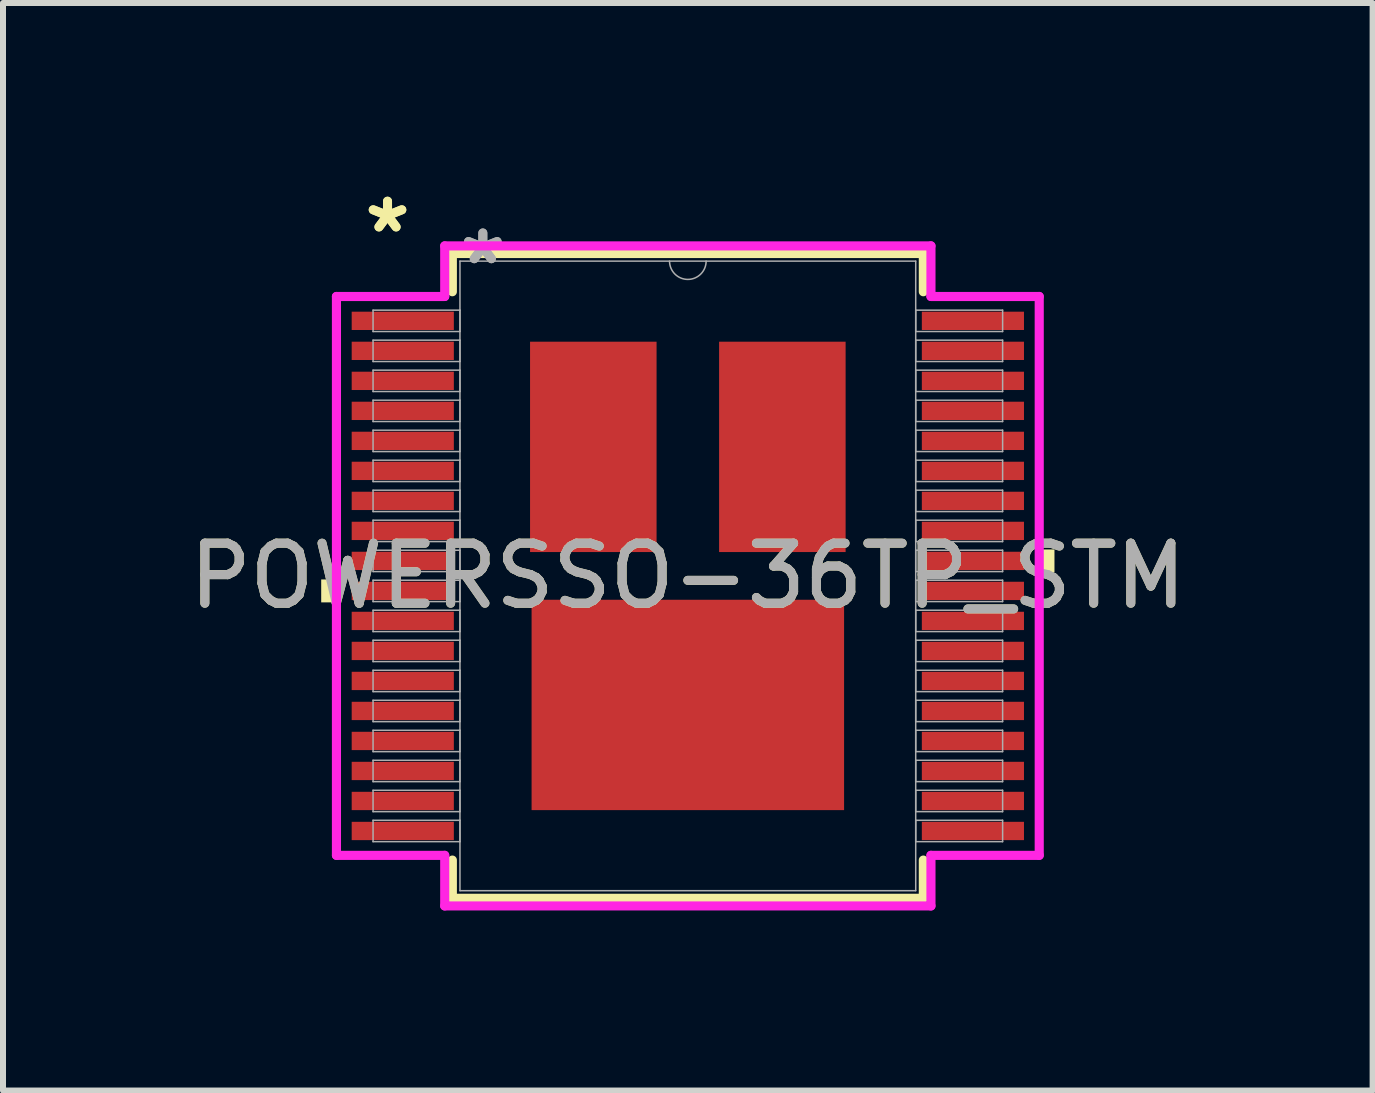
<source format=kicad_pcb>
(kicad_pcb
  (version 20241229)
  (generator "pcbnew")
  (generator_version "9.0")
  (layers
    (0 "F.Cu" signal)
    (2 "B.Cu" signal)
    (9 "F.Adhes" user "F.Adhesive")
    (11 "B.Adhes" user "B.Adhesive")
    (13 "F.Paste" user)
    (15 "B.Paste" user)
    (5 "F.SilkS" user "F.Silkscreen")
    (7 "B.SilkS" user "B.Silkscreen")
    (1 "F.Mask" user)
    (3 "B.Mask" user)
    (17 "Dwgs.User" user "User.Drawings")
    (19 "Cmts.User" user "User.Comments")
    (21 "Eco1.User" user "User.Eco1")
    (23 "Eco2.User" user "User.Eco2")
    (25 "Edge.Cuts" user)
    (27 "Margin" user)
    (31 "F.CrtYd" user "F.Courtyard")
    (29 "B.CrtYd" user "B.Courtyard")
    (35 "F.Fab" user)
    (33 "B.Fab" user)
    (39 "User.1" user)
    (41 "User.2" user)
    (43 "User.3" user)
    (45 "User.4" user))
  (footprint "POWERSSO-36TP_STM"
    (layer "F.Cu")
    (at 8.411 6.546)
    (property "Reference" "POWERSSO-36TP_STM" (at 0 0 0) (unlocked yes) (layer "F.SilkS") (effects (font (size 1 1) (thickness 0.15))))
    (attr smd)
    (fp_line (start -3.924 -5.372) (end -3.924 -4.735) (stroke (width 0.152) (type solid)) (layer "F.SilkS"))
    (fp_line (start -3.924 4.735) (end -3.924 5.372) (stroke (width 0.152) (type solid)) (layer "F.SilkS"))
    (fp_line (start -3.924 5.372) (end 3.924 5.372) (stroke (width 0.152) (type solid)) (layer "F.SilkS"))
    (fp_line (start 3.924 -5.372) (end -3.924 -5.372) (stroke (width 0.152) (type solid)) (layer "F.SilkS"))
    (fp_line (start 3.924 -4.735) (end 3.924 -5.372) (stroke (width 0.152) (type solid)) (layer "F.SilkS"))
    (fp_line (start 3.924 5.372) (end 3.924 4.735) (stroke (width 0.152) (type solid)) (layer "F.SilkS"))
    (fp_poly (pts (xy -6.109 0.059) (xy -6.109 0.441) (xy -5.855 0.441) (xy -5.855 0.059)) (stroke (width 0) (type solid)) (fill yes) (layer "F.SilkS"))
    (fp_poly (pts (xy 6.109 -0.441) (xy 6.109 -0.059) (xy 5.855 -0.059) (xy 5.855 -0.441)) (stroke (width 0) (type solid)) (fill yes) (layer "F.SilkS"))
    (fp_line (start -5.855 -4.656) (end -4.051 -4.656) (stroke (width 0.152) (type solid)) (layer "F.CrtYd"))
    (fp_line (start -5.855 4.656) (end -5.855 -4.656) (stroke (width 0.152) (type solid)) (layer "F.CrtYd"))
    (fp_line (start -5.855 4.656) (end -4.051 4.656) (stroke (width 0.152) (type solid)) (layer "F.CrtYd"))
    (fp_line (start -4.051 -5.499) (end 4.051 -5.499) (stroke (width 0.152) (type solid)) (layer "F.CrtYd"))
    (fp_line (start -4.051 -4.656) (end -4.051 -5.499) (stroke (width 0.152) (type solid)) (layer "F.CrtYd"))
    (fp_line (start -4.051 5.499) (end -4.051 4.656) (stroke (width 0.152) (type solid)) (layer "F.CrtYd"))
    (fp_line (start 4.051 -5.499) (end 4.051 -4.656) (stroke (width 0.152) (type solid)) (layer "F.CrtYd"))
    (fp_line (start 4.051 4.656) (end 4.051 5.499) (stroke (width 0.152) (type solid)) (layer "F.CrtYd"))
    (fp_line (start 4.051 5.499) (end -4.051 5.499) (stroke (width 0.152) (type solid)) (layer "F.CrtYd"))
    (fp_line (start 5.855 -4.656) (end 4.051 -4.656) (stroke (width 0.152) (type solid)) (layer "F.CrtYd"))
    (fp_line (start 5.855 -4.656) (end 5.855 4.656) (stroke (width 0.152) (type solid)) (layer "F.CrtYd"))
    (fp_line (start 5.855 4.656) (end 4.051 4.656) (stroke (width 0.152) (type solid)) (layer "F.CrtYd"))
    (fp_line (start -5.245 -4.428) (end -5.245 -4.072) (stroke (width 0.025) (type solid)) (layer "F.Fab"))
    (fp_line (start -5.245 -4.072) (end -3.797 -4.072) (stroke (width 0.025) (type solid)) (layer "F.Fab"))
    (fp_line (start -5.245 -3.928) (end -5.245 -3.572) (stroke (width 0.025) (type solid)) (layer "F.Fab"))
    (fp_line (start -5.245 -3.572) (end -3.797 -3.572) (stroke (width 0.025) (type solid)) (layer "F.Fab"))
    (fp_line (start -5.245 -3.428) (end -5.245 -3.072) (stroke (width 0.025) (type solid)) (layer "F.Fab"))
    (fp_line (start -5.245 -3.072) (end -3.797 -3.072) (stroke (width 0.025) (type solid)) (layer "F.Fab"))
    (fp_line (start -5.245 -2.928) (end -5.245 -2.572) (stroke (width 0.025) (type solid)) (layer "F.Fab"))
    (fp_line (start -5.245 -2.572) (end -3.797 -2.572) (stroke (width 0.025) (type solid)) (layer "F.Fab"))
    (fp_line (start -5.245 -2.428) (end -5.245 -2.072) (stroke (width 0.025) (type solid)) (layer "F.Fab"))
    (fp_line (start -5.245 -2.072) (end -3.797 -2.072) (stroke (width 0.025) (type solid)) (layer "F.Fab"))
    (fp_line (start -5.245 -1.928) (end -5.245 -1.572) (stroke (width 0.025) (type solid)) (layer "F.Fab"))
    (fp_line (start -5.245 -1.572) (end -3.797 -1.572) (stroke (width 0.025) (type solid)) (layer "F.Fab"))
    (fp_line (start -5.245 -1.428) (end -5.245 -1.072) (stroke (width 0.025) (type solid)) (layer "F.Fab"))
    (fp_line (start -5.245 -1.072) (end -3.797 -1.072) (stroke (width 0.025) (type solid)) (layer "F.Fab"))
    (fp_line (start -5.245 -0.928) (end -5.245 -0.572) (stroke (width 0.025) (type solid)) (layer "F.Fab"))
    (fp_line (start -5.245 -0.572) (end -3.797 -0.572) (stroke (width 0.025) (type solid)) (layer "F.Fab"))
    (fp_line (start -5.245 -0.428) (end -5.245 -0.072) (stroke (width 0.025) (type solid)) (layer "F.Fab"))
    (fp_line (start -5.245 -0.072) (end -3.797 -0.072) (stroke (width 0.025) (type solid)) (layer "F.Fab"))
    (fp_line (start -5.245 0.072) (end -5.245 0.428) (stroke (width 0.025) (type solid)) (layer "F.Fab"))
    (fp_line (start -5.245 0.428) (end -3.797 0.428) (stroke (width 0.025) (type solid)) (layer "F.Fab"))
    (fp_line (start -5.245 0.572) (end -5.245 0.928) (stroke (width 0.025) (type solid)) (layer "F.Fab"))
    (fp_line (start -5.245 0.928) (end -3.797 0.928) (stroke (width 0.025) (type solid)) (layer "F.Fab"))
    (fp_line (start -5.245 1.072) (end -5.245 1.428) (stroke (width 0.025) (type solid)) (layer "F.Fab"))
    (fp_line (start -5.245 1.428) (end -3.797 1.428) (stroke (width 0.025) (type solid)) (layer "F.Fab"))
    (fp_line (start -5.245 1.572) (end -5.245 1.928) (stroke (width 0.025) (type solid)) (layer "F.Fab"))
    (fp_line (start -5.245 1.928) (end -3.797 1.928) (stroke (width 0.025) (type solid)) (layer "F.Fab"))
    (fp_line (start -5.245 2.072) (end -5.245 2.428) (stroke (width 0.025) (type solid)) (layer "F.Fab"))
    (fp_line (start -5.245 2.428) (end -3.797 2.428) (stroke (width 0.025) (type solid)) (layer "F.Fab"))
    (fp_line (start -5.245 2.572) (end -5.245 2.928) (stroke (width 0.025) (type solid)) (layer "F.Fab"))
    (fp_line (start -5.245 2.928) (end -3.797 2.928) (stroke (width 0.025) (type solid)) (layer "F.Fab"))
    (fp_line (start -5.245 3.072) (end -5.245 3.428) (stroke (width 0.025) (type solid)) (layer "F.Fab"))
    (fp_line (start -5.245 3.428) (end -3.797 3.428) (stroke (width 0.025) (type solid)) (layer "F.Fab"))
    (fp_line (start -5.245 3.572) (end -5.245 3.928) (stroke (width 0.025) (type solid)) (layer "F.Fab"))
    (fp_line (start -5.245 3.928) (end -3.797 3.928) (stroke (width 0.025) (type solid)) (layer "F.Fab"))
    (fp_line (start -5.245 4.072) (end -5.245 4.428) (stroke (width 0.025) (type solid)) (layer "F.Fab"))
    (fp_line (start -5.245 4.428) (end -3.797 4.428) (stroke (width 0.025) (type solid)) (layer "F.Fab"))
    (fp_line (start -3.797 -5.245) (end -3.797 5.245) (stroke (width 0.025) (type solid)) (layer "F.Fab"))
    (fp_line (start -3.797 -4.428) (end -5.245 -4.428) (stroke (width 0.025) (type solid)) (layer "F.Fab"))
    (fp_line (start -3.797 -4.072) (end -3.797 -4.428) (stroke (width 0.025) (type solid)) (layer "F.Fab"))
    (fp_line (start -3.797 -3.928) (end -5.245 -3.928) (stroke (width 0.025) (type solid)) (layer "F.Fab"))
    (fp_line (start -3.797 -3.572) (end -3.797 -3.928) (stroke (width 0.025) (type solid)) (layer "F.Fab"))
    (fp_line (start -3.797 -3.428) (end -5.245 -3.428) (stroke (width 0.025) (type solid)) (layer "F.Fab"))
    (fp_line (start -3.797 -3.072) (end -3.797 -3.428) (stroke (width 0.025) (type solid)) (layer "F.Fab"))
    (fp_line (start -3.797 -2.928) (end -5.245 -2.928) (stroke (width 0.025) (type solid)) (layer "F.Fab"))
    (fp_line (start -3.797 -2.572) (end -3.797 -2.928) (stroke (width 0.025) (type solid)) (layer "F.Fab"))
    (fp_line (start -3.797 -2.428) (end -5.245 -2.428) (stroke (width 0.025) (type solid)) (layer "F.Fab"))
    (fp_line (start -3.797 -2.072) (end -3.797 -2.428) (stroke (width 0.025) (type solid)) (layer "F.Fab"))
    (fp_line (start -3.797 -1.928) (end -5.245 -1.928) (stroke (width 0.025) (type solid)) (layer "F.Fab"))
    (fp_line (start -3.797 -1.572) (end -3.797 -1.928) (stroke (width 0.025) (type solid)) (layer "F.Fab"))
    (fp_line (start -3.797 -1.428) (end -5.245 -1.428) (stroke (width 0.025) (type solid)) (layer "F.Fab"))
    (fp_line (start -3.797 -1.072) (end -3.797 -1.428) (stroke (width 0.025) (type solid)) (layer "F.Fab"))
    (fp_line (start -3.797 -0.928) (end -5.245 -0.928) (stroke (width 0.025) (type solid)) (layer "F.Fab"))
    (fp_line (start -3.797 -0.572) (end -3.797 -0.928) (stroke (width 0.025) (type solid)) (layer "F.Fab"))
    (fp_line (start -3.797 -0.428) (end -5.245 -0.428) (stroke (width 0.025) (type solid)) (layer "F.Fab"))
    (fp_line (start -3.797 -0.072) (end -3.797 -0.428) (stroke (width 0.025) (type solid)) (layer "F.Fab"))
    (fp_line (start -3.797 0.072) (end -5.245 0.072) (stroke (width 0.025) (type solid)) (layer "F.Fab"))
    (fp_line (start -3.797 0.428) (end -3.797 0.072) (stroke (width 0.025) (type solid)) (layer "F.Fab"))
    (fp_line (start -3.797 0.572) (end -5.245 0.572) (stroke (width 0.025) (type solid)) (layer "F.Fab"))
    (fp_line (start -3.797 0.928) (end -3.797 0.572) (stroke (width 0.025) (type solid)) (layer "F.Fab"))
    (fp_line (start -3.797 1.072) (end -5.245 1.072) (stroke (width 0.025) (type solid)) (layer "F.Fab"))
    (fp_line (start -3.797 1.428) (end -3.797 1.072) (stroke (width 0.025) (type solid)) (layer "F.Fab"))
    (fp_line (start -3.797 1.572) (end -5.245 1.572) (stroke (width 0.025) (type solid)) (layer "F.Fab"))
    (fp_line (start -3.797 1.928) (end -3.797 1.572) (stroke (width 0.025) (type solid)) (layer "F.Fab"))
    (fp_line (start -3.797 2.072) (end -5.245 2.072) (stroke (width 0.025) (type solid)) (layer "F.Fab"))
    (fp_line (start -3.797 2.428) (end -3.797 2.072) (stroke (width 0.025) (type solid)) (layer "F.Fab"))
    (fp_line (start -3.797 2.572) (end -5.245 2.572) (stroke (width 0.025) (type solid)) (layer "F.Fab"))
    (fp_line (start -3.797 2.928) (end -3.797 2.572) (stroke (width 0.025) (type solid)) (layer "F.Fab"))
    (fp_line (start -3.797 3.072) (end -5.245 3.072) (stroke (width 0.025) (type solid)) (layer "F.Fab"))
    (fp_line (start -3.797 3.428) (end -3.797 3.072) (stroke (width 0.025) (type solid)) (layer "F.Fab"))
    (fp_line (start -3.797 3.572) (end -5.245 3.572) (stroke (width 0.025) (type solid)) (layer "F.Fab"))
    (fp_line (start -3.797 3.928) (end -3.797 3.572) (stroke (width 0.025) (type solid)) (layer "F.Fab"))
    (fp_line (start -3.797 4.072) (end -5.245 4.072) (stroke (width 0.025) (type solid)) (layer "F.Fab"))
    (fp_line (start -3.797 4.428) (end -3.797 4.072) (stroke (width 0.025) (type solid)) (layer "F.Fab"))
    (fp_line (start -3.797 5.245) (end 3.797 5.245) (stroke (width 0.025) (type solid)) (layer "F.Fab"))
    (fp_line (start 3.797 -5.245) (end -3.797 -5.245) (stroke (width 0.025) (type solid)) (layer "F.Fab"))
    (fp_line (start 3.797 -4.428) (end 3.797 -4.072) (stroke (width 0.025) (type solid)) (layer "F.Fab"))
    (fp_line (start 3.797 -4.072) (end 5.245 -4.072) (stroke (width 0.025) (type solid)) (layer "F.Fab"))
    (fp_line (start 3.797 -3.928) (end 3.797 -3.572) (stroke (width 0.025) (type solid)) (layer "F.Fab"))
    (fp_line (start 3.797 -3.572) (end 5.245 -3.572) (stroke (width 0.025) (type solid)) (layer "F.Fab"))
    (fp_line (start 3.797 -3.428) (end 3.797 -3.072) (stroke (width 0.025) (type solid)) (layer "F.Fab"))
    (fp_line (start 3.797 -3.072) (end 5.245 -3.072) (stroke (width 0.025) (type solid)) (layer "F.Fab"))
    (fp_line (start 3.797 -2.928) (end 3.797 -2.572) (stroke (width 0.025) (type solid)) (layer "F.Fab"))
    (fp_line (start 3.797 -2.572) (end 5.245 -2.572) (stroke (width 0.025) (type solid)) (layer "F.Fab"))
    (fp_line (start 3.797 -2.428) (end 3.797 -2.072) (stroke (width 0.025) (type solid)) (layer "F.Fab"))
    (fp_line (start 3.797 -2.072) (end 5.245 -2.072) (stroke (width 0.025) (type solid)) (layer "F.Fab"))
    (fp_line (start 3.797 -1.928) (end 3.797 -1.572) (stroke (width 0.025) (type solid)) (layer "F.Fab"))
    (fp_line (start 3.797 -1.572) (end 5.245 -1.572) (stroke (width 0.025) (type solid)) (layer "F.Fab"))
    (fp_line (start 3.797 -1.428) (end 3.797 -1.072) (stroke (width 0.025) (type solid)) (layer "F.Fab"))
    (fp_line (start 3.797 -1.072) (end 5.245 -1.072) (stroke (width 0.025) (type solid)) (layer "F.Fab"))
    (fp_line (start 3.797 -0.928) (end 3.797 -0.572) (stroke (width 0.025) (type solid)) (layer "F.Fab"))
    (fp_line (start 3.797 -0.572) (end 5.245 -0.572) (stroke (width 0.025) (type solid)) (layer "F.Fab"))
    (fp_line (start 3.797 -0.428) (end 3.797 -0.072) (stroke (width 0.025) (type solid)) (layer "F.Fab"))
    (fp_line (start 3.797 -0.072) (end 5.245 -0.072) (stroke (width 0.025) (type solid)) (layer "F.Fab"))
    (fp_line (start 3.797 0.072) (end 3.797 0.428) (stroke (width 0.025) (type solid)) (layer "F.Fab"))
    (fp_line (start 3.797 0.428) (end 5.245 0.428) (stroke (width 0.025) (type solid)) (layer "F.Fab"))
    (fp_line (start 3.797 0.572) (end 3.797 0.928) (stroke (width 0.025) (type solid)) (layer "F.Fab"))
    (fp_line (start 3.797 0.928) (end 5.245 0.928) (stroke (width 0.025) (type solid)) (layer "F.Fab"))
    (fp_line (start 3.797 1.072) (end 3.797 1.428) (stroke (width 0.025) (type solid)) (layer "F.Fab"))
    (fp_line (start 3.797 1.428) (end 5.245 1.428) (stroke (width 0.025) (type solid)) (layer "F.Fab"))
    (fp_line (start 3.797 1.572) (end 3.797 1.928) (stroke (width 0.025) (type solid)) (layer "F.Fab"))
    (fp_line (start 3.797 1.928) (end 5.245 1.928) (stroke (width 0.025) (type solid)) (layer "F.Fab"))
    (fp_line (start 3.797 2.072) (end 3.797 2.428) (stroke (width 0.025) (type solid)) (layer "F.Fab"))
    (fp_line (start 3.797 2.428) (end 5.245 2.428) (stroke (width 0.025) (type solid)) (layer "F.Fab"))
    (fp_line (start 3.797 2.572) (end 3.797 2.928) (stroke (width 0.025) (type solid)) (layer "F.Fab"))
    (fp_line (start 3.797 2.928) (end 5.245 2.928) (stroke (width 0.025) (type solid)) (layer "F.Fab"))
    (fp_line (start 3.797 3.072) (end 3.797 3.428) (stroke (width 0.025) (type solid)) (layer "F.Fab"))
    (fp_line (start 3.797 3.428) (end 5.245 3.428) (stroke (width 0.025) (type solid)) (layer "F.Fab"))
    (fp_line (start 3.797 3.572) (end 3.797 3.928) (stroke (width 0.025) (type solid)) (layer "F.Fab"))
    (fp_line (start 3.797 3.928) (end 5.245 3.928) (stroke (width 0.025) (type solid)) (layer "F.Fab"))
    (fp_line (start 3.797 4.072) (end 3.797 4.428) (stroke (width 0.025) (type solid)) (layer "F.Fab"))
    (fp_line (start 3.797 4.428) (end 5.245 4.428) (stroke (width 0.025) (type solid)) (layer "F.Fab"))
    (fp_line (start 3.797 5.245) (end 3.797 -5.245) (stroke (width 0.025) (type solid)) (layer "F.Fab"))
    (fp_line (start 5.245 -4.428) (end 3.797 -4.428) (stroke (width 0.025) (type solid)) (layer "F.Fab"))
    (fp_line (start 5.245 -4.072) (end 5.245 -4.428) (stroke (width 0.025) (type solid)) (layer "F.Fab"))
    (fp_line (start 5.245 -3.928) (end 3.797 -3.928) (stroke (width 0.025) (type solid)) (layer "F.Fab"))
    (fp_line (start 5.245 -3.572) (end 5.245 -3.928) (stroke (width 0.025) (type solid)) (layer "F.Fab"))
    (fp_line (start 5.245 -3.428) (end 3.797 -3.428) (stroke (width 0.025) (type solid)) (layer "F.Fab"))
    (fp_line (start 5.245 -3.072) (end 5.245 -3.428) (stroke (width 0.025) (type solid)) (layer "F.Fab"))
    (fp_line (start 5.245 -2.928) (end 3.797 -2.928) (stroke (width 0.025) (type solid)) (layer "F.Fab"))
    (fp_line (start 5.245 -2.572) (end 5.245 -2.928) (stroke (width 0.025) (type solid)) (layer "F.Fab"))
    (fp_line (start 5.245 -2.428) (end 3.797 -2.428) (stroke (width 0.025) (type solid)) (layer "F.Fab"))
    (fp_line (start 5.245 -2.072) (end 5.245 -2.428) (stroke (width 0.025) (type solid)) (layer "F.Fab"))
    (fp_line (start 5.245 -1.928) (end 3.797 -1.928) (stroke (width 0.025) (type solid)) (layer "F.Fab"))
    (fp_line (start 5.245 -1.572) (end 5.245 -1.928) (stroke (width 0.025) (type solid)) (layer "F.Fab"))
    (fp_line (start 5.245 -1.428) (end 3.797 -1.428) (stroke (width 0.025) (type solid)) (layer "F.Fab"))
    (fp_line (start 5.245 -1.072) (end 5.245 -1.428) (stroke (width 0.025) (type solid)) (layer "F.Fab"))
    (fp_line (start 5.245 -0.928) (end 3.797 -0.928) (stroke (width 0.025) (type solid)) (layer "F.Fab"))
    (fp_line (start 5.245 -0.572) (end 5.245 -0.928) (stroke (width 0.025) (type solid)) (layer "F.Fab"))
    (fp_line (start 5.245 -0.428) (end 3.797 -0.428) (stroke (width 0.025) (type solid)) (layer "F.Fab"))
    (fp_line (start 5.245 -0.072) (end 5.245 -0.428) (stroke (width 0.025) (type solid)) (layer "F.Fab"))
    (fp_line (start 5.245 0.072) (end 3.797 0.072) (stroke (width 0.025) (type solid)) (layer "F.Fab"))
    (fp_line (start 5.245 0.428) (end 5.245 0.072) (stroke (width 0.025) (type solid)) (layer "F.Fab"))
    (fp_line (start 5.245 0.572) (end 3.797 0.572) (stroke (width 0.025) (type solid)) (layer "F.Fab"))
    (fp_line (start 5.245 0.928) (end 5.245 0.572) (stroke (width 0.025) (type solid)) (layer "F.Fab"))
    (fp_line (start 5.245 1.072) (end 3.797 1.072) (stroke (width 0.025) (type solid)) (layer "F.Fab"))
    (fp_line (start 5.245 1.428) (end 5.245 1.072) (stroke (width 0.025) (type solid)) (layer "F.Fab"))
    (fp_line (start 5.245 1.572) (end 3.797 1.572) (stroke (width 0.025) (type solid)) (layer "F.Fab"))
    (fp_line (start 5.245 1.928) (end 5.245 1.572) (stroke (width 0.025) (type solid)) (layer "F.Fab"))
    (fp_line (start 5.245 2.072) (end 3.797 2.072) (stroke (width 0.025) (type solid)) (layer "F.Fab"))
    (fp_line (start 5.245 2.428) (end 5.245 2.072) (stroke (width 0.025) (type solid)) (layer "F.Fab"))
    (fp_line (start 5.245 2.572) (end 3.797 2.572) (stroke (width 0.025) (type solid)) (layer "F.Fab"))
    (fp_line (start 5.245 2.928) (end 5.245 2.572) (stroke (width 0.025) (type solid)) (layer "F.Fab"))
    (fp_line (start 5.245 3.072) (end 3.797 3.072) (stroke (width 0.025) (type solid)) (layer "F.Fab"))
    (fp_line (start 5.245 3.428) (end 5.245 3.072) (stroke (width 0.025) (type solid)) (layer "F.Fab"))
    (fp_line (start 5.245 3.572) (end 3.797 3.572) (stroke (width 0.025) (type solid)) (layer "F.Fab"))
    (fp_line (start 5.245 3.928) (end 5.245 3.572) (stroke (width 0.025) (type solid)) (layer "F.Fab"))
    (fp_line (start 5.245 4.072) (end 3.797 4.072) (stroke (width 0.025) (type solid)) (layer "F.Fab"))
    (fp_line (start 5.245 4.428) (end 5.245 4.072) (stroke (width 0.025) (type solid)) (layer "F.Fab"))
    (fp_arc (start 0.3048 -5.2451) (mid 0 -4.9403) (end -0.3048 -5.2451) (stroke (width 0.0254) (type solid)) (layer "F.Fab"))
    (fp_text user "*" (at -5.004 -5.698 0) (layer "F.SilkS") (effects (font (size 1 1) (thickness 0.15))))
    (fp_text user "*" (at -5.004 -5.698 0) (unlocked yes) (layer "F.SilkS") (effects (font (size 1 1) (thickness 0.15))))
    (fp_text user "*" (at -3.416 -5.169 0) (layer "F.Fab") (effects (font (size 1 1) (thickness 0.15))))
    (fp_text user "*" (at -3.416 -5.169 0) (unlocked yes) (layer "F.Fab") (effects (font (size 1 1) (thickness 0.15))))
    (fp_text user "${REFERENCE}" (at 0 0 0) (unlocked yes) (layer "F.Fab") (effects (font (size 1 1) (thickness 0.15))))
    (pad "1" smd rect (at -4.75 -4.25) (size 1.702 0.305) (layers "F.Cu" "F.Mask" "F.Paste"))
    (pad "2" smd rect (at -4.75 -3.75) (size 1.702 0.305) (layers "F.Cu" "F.Mask" "F.Paste"))
    (pad "3" smd rect (at -4.75 -3.25) (size 1.702 0.305) (layers "F.Cu" "F.Mask" "F.Paste"))
    (pad "4" smd rect (at -4.75 -2.75) (size 1.702 0.305) (layers "F.Cu" "F.Mask" "F.Paste"))
    (pad "5" smd rect (at -4.75 -2.25) (size 1.702 0.305) (layers "F.Cu" "F.Mask" "F.Paste"))
    (pad "6" smd rect (at -4.75 -1.75) (size 1.702 0.305) (layers "F.Cu" "F.Mask" "F.Paste"))
    (pad "7" smd rect (at -4.75 -1.25) (size 1.702 0.305) (layers "F.Cu" "F.Mask" "F.Paste"))
    (pad "8" smd rect (at -4.75 -0.75) (size 1.702 0.305) (layers "F.Cu" "F.Mask" "F.Paste"))
    (pad "9" smd rect (at -4.75 -0.25) (size 1.702 0.305) (layers "F.Cu" "F.Mask" "F.Paste"))
    (pad "10" smd rect (at -4.75 0.25) (size 1.702 0.305) (layers "F.Cu" "F.Mask" "F.Paste"))
    (pad "11" smd rect (at -4.75 0.75) (size 1.702 0.305) (layers "F.Cu" "F.Mask" "F.Paste"))
    (pad "12" smd rect (at -4.75 1.25) (size 1.702 0.305) (layers "F.Cu" "F.Mask" "F.Paste"))
    (pad "13" smd rect (at -4.75 1.75) (size 1.702 0.305) (layers "F.Cu" "F.Mask" "F.Paste"))
    (pad "14" smd rect (at -4.75 2.25) (size 1.702 0.305) (layers "F.Cu" "F.Mask" "F.Paste"))
    (pad "15" smd rect (at -4.75 2.75) (size 1.702 0.305) (layers "F.Cu" "F.Mask" "F.Paste"))
    (pad "16" smd rect (at -4.75 3.25) (size 1.702 0.305) (layers "F.Cu" "F.Mask" "F.Paste"))
    (pad "17" smd rect (at -4.75 3.75) (size 1.702 0.305) (layers "F.Cu" "F.Mask" "F.Paste"))
    (pad "18" smd rect (at -4.75 4.25) (size 1.702 0.305) (layers "F.Cu" "F.Mask" "F.Paste"))
    (pad "19" smd rect (at 4.75 4.25) (size 1.702 0.305) (layers "F.Cu" "F.Mask" "F.Paste"))
    (pad "20" smd rect (at 4.75 3.75) (size 1.702 0.305) (layers "F.Cu" "F.Mask" "F.Paste"))
    (pad "21" smd rect (at 4.75 3.25) (size 1.702 0.305) (layers "F.Cu" "F.Mask" "F.Paste"))
    (pad "22" smd rect (at 4.75 2.75) (size 1.702 0.305) (layers "F.Cu" "F.Mask" "F.Paste"))
    (pad "23" smd rect (at 4.75 2.25) (size 1.702 0.305) (layers "F.Cu" "F.Mask" "F.Paste"))
    (pad "24" smd rect (at 4.75 1.75) (size 1.702 0.305) (layers "F.Cu" "F.Mask" "F.Paste"))
    (pad "25" smd rect (at 4.75 1.25) (size 1.702 0.305) (layers "F.Cu" "F.Mask" "F.Paste"))
    (pad "26" smd rect (at 4.75 0.75) (size 1.702 0.305) (layers "F.Cu" "F.Mask" "F.Paste"))
    (pad "27" smd rect (at 4.75 0.25) (size 1.702 0.305) (layers "F.Cu" "F.Mask" "F.Paste"))
    (pad "28" smd rect (at 4.75 -0.25) (size 1.702 0.305) (layers "F.Cu" "F.Mask" "F.Paste"))
    (pad "29" smd rect (at 4.75 -0.75) (size 1.702 0.305) (layers "F.Cu" "F.Mask" "F.Paste"))
    (pad "30" smd rect (at 4.75 -1.25) (size 1.702 0.305) (layers "F.Cu" "F.Mask" "F.Paste"))
    (pad "31" smd rect (at 4.75 -1.75) (size 1.702 0.305) (layers "F.Cu" "F.Mask" "F.Paste"))
    (pad "32" smd rect (at 4.75 -2.25) (size 1.702 0.305) (layers "F.Cu" "F.Mask" "F.Paste"))
    (pad "33" smd rect (at 4.75 -2.75) (size 1.702 0.305) (layers "F.Cu" "F.Mask" "F.Paste"))
    (pad "34" smd rect (at 4.75 -3.25) (size 1.702 0.305) (layers "F.Cu" "F.Mask" "F.Paste"))
    (pad "35" smd rect (at 4.75 -3.75) (size 1.702 0.305) (layers "F.Cu" "F.Mask" "F.Paste"))
    (pad "36" smd rect (at 4.75 -4.25) (size 1.702 0.305) (layers "F.Cu" "F.Mask" "F.Paste"))
    (pad "37" smd rect (at 0 2.15) (size 5.207 3.505) (layers "F.Cu" "F.Mask" "F.Paste"))
    (pad "38" smd rect (at -1.575 -2.15) (size 2.108 3.505) (layers "F.Cu" "F.Mask" "F.Paste"))
    (pad "39" smd rect (at 1.575 -2.15) (size 2.108 3.505) (layers "F.Cu" "F.Mask" "F.Paste")))
  (gr_rect
    (start -3 -3)
    (end 19.821 15.121)
    (stroke (width 0.1) (type default))
    (fill no)
    (layer "Edge.Cuts")))
</source>
